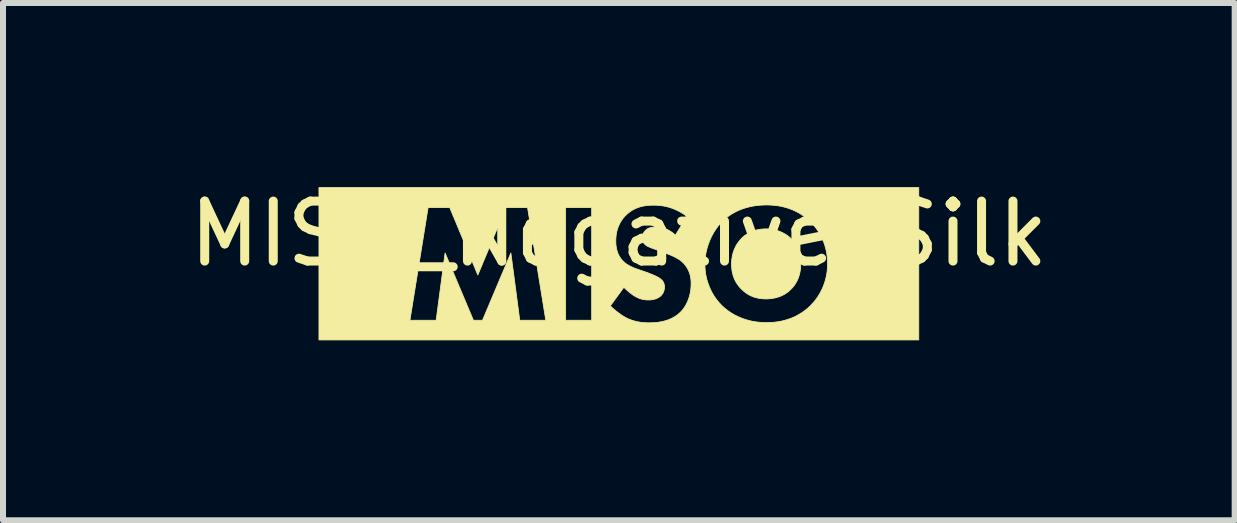
<source format=kicad_pcb>
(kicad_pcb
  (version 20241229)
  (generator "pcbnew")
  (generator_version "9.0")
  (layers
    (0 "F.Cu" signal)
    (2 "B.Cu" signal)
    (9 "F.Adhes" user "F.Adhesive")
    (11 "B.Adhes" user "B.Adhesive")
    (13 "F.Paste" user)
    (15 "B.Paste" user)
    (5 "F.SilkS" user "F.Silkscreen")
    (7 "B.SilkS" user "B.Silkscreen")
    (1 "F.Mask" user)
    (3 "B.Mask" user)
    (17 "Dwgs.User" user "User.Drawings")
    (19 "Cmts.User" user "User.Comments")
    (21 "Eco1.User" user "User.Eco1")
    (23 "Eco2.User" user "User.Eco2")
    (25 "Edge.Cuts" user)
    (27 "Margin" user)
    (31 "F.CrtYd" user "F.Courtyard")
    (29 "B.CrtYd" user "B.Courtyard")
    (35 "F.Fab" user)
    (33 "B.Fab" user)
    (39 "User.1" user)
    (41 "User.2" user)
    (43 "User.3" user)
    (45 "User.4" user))
  (footprint "MISO_Negative_Silk"
    (layer "F.Cu")
    (at 7.268 1.348)
    (property "Reference" "MISO_Negative_Silk" (at 0 -0.5 0) (unlocked yes) (layer "F.SilkS") (effects (font (size 1 1) (thickness 0.15))))
    (fp_poly (pts (xy 2.486 -0.581) (xy 2.518 -0.579) (xy 2.549 -0.575) (xy 2.579 -0.57) (xy 2.609 -0.563) (xy 2.638 -0.555) (xy 2.666 -0.546) (xy 2.693 -0.535) (xy 2.719 -0.524) (xy 2.744 -0.511) (xy 2.768 -0.498) (xy 2.791 -0.484) (xy 2.813 -0.469) (xy 2.833 -0.453) (xy 2.853 -0.437) (xy 2.87 -0.42) (xy 2.886 -0.403) (xy 2.902 -0.385) (xy 2.917 -0.366) (xy 2.932 -0.345) (xy 2.946 -0.323) (xy 2.959 -0.3) (xy 2.972 -0.275) (xy 2.983 -0.249) (xy 2.994 -0.222) (xy 3.004 -0.193) (xy 3.012 -0.164) (xy 3.019 -0.133) (xy 3.025 -0.1) (xy 3.029 -0.067) (xy 3.032 -0.032) (xy 3.033 0.004) (xy 3.032 0.023) (xy 3.032 0.043) (xy 3.031 0.062) (xy 3.029 0.08) (xy 3.027 0.099) (xy 3.024 0.116) (xy 3.021 0.133) (xy 3.018 0.15) (xy 3.014 0.166) (xy 3.01 0.182) (xy 3.006 0.197) (xy 3.001 0.212) (xy 2.991 0.241) (xy 2.979 0.268) (xy 2.967 0.293) (xy 2.954 0.316) (xy 2.941 0.338) (xy 2.927 0.358) (xy 2.913 0.377) (xy 2.899 0.394) (xy 2.885 0.409) (xy 2.87 0.423) (xy 2.853 0.44) (xy 2.835 0.457) (xy 2.816 0.472) (xy 2.795 0.487) (xy 2.773 0.502) (xy 2.75 0.515) (xy 2.726 0.527) (xy 2.701 0.539) (xy 2.674 0.549) (xy 2.646 0.558) (xy 2.617 0.566) (xy 2.587 0.573) (xy 2.556 0.578) (xy 2.523 0.582) (xy 2.489 0.585) (xy 2.454 0.586) (xy 2.427 0.585) (xy 2.4 0.584) (xy 2.374 0.581) (xy 2.347 0.578) (xy 2.321 0.573) (xy 2.295 0.567) (xy 2.269 0.56) (xy 2.244 0.552) (xy 2.219 0.542) (xy 2.194 0.531) (xy 2.169 0.518) (xy 2.145 0.504) (xy 2.121 0.488) (xy 2.098 0.47) (xy 2.075 0.451) (xy 2.052 0.43) (xy 2.031 0.409) (xy 2.011 0.387) (xy 1.993 0.364) (xy 1.976 0.341) (xy 1.96 0.317) (xy 1.946 0.292) (xy 1.933 0.267) (xy 1.922 0.241) (xy 1.912 0.215) (xy 1.903 0.187) (xy 1.896 0.159) (xy 1.89 0.13) (xy 1.885 0.101) (xy 1.882 0.07) (xy 1.88 0.039) (xy 1.879 0.007) (xy 1.879 -0.012) (xy 1.88 -0.031) (xy 1.881 -0.05) (xy 1.883 -0.068) (xy 1.885 -0.086) (xy 1.888 -0.103) (xy 1.89 -0.12) (xy 1.894 -0.137) (xy 1.901 -0.169) (xy 1.91 -0.199) (xy 1.92 -0.228) (xy 1.932 -0.255) (xy 1.944 -0.281) (xy 1.957 -0.306) (xy 1.971 -0.328) (xy 1.985 -0.35) (xy 2 -0.369) (xy 2.015 -0.388) (xy 2.03 -0.405) (xy 2.045 -0.42) (xy 2.041 -0.42) (xy 2.061 -0.438) (xy 2.081 -0.456) (xy 2.103 -0.473) (xy 2.125 -0.488) (xy 2.148 -0.503) (xy 2.171 -0.516) (xy 2.196 -0.528) (xy 2.221 -0.539) (xy 2.248 -0.549) (xy 2.275 -0.558) (xy 2.302 -0.565) (xy 2.331 -0.571) (xy 2.361 -0.576) (xy 2.391 -0.579) (xy 2.422 -0.581) (xy 2.454 -0.582)) (stroke (width 0.013) (type solid)) (fill yes) (layer "F.SilkS"))
    (fp_poly (pts (xy 5.001 1.27) (xy -5 1.27) (xy -5 0.942) (xy -3.483 0.942) (xy -3.046 0.942) (xy -2.897 -0.18) (xy -2.425 0.942) (xy -2.273 0.942) (xy -1.8 -0.18) (xy -1.652 0.942) (xy -1.218 0.942) (xy -0.887 0.942) (xy -0.453 0.942) (xy -0.453 0.702) (xy -0.142 0.702) (xy -0.114 0.729) (xy -0.083 0.757) (xy -0.049 0.785) (xy -0.014 0.812) (xy 0.023 0.839) (xy 0.041 0.852) (xy 0.06 0.864) (xy 0.078 0.875) (xy 0.097 0.887) (xy 0.115 0.897) (xy 0.133 0.907) (xy 0.155 0.917) (xy 0.178 0.926) (xy 0.2 0.935) (xy 0.223 0.943) (xy 0.246 0.95) (xy 0.269 0.956) (xy 0.292 0.962) (xy 0.315 0.967) (xy 0.338 0.971) (xy 0.361 0.975) (xy 0.385 0.978) (xy 0.409 0.98) (xy 0.433 0.982) (xy 0.457 0.983) (xy 0.482 0.984) (xy 0.507 0.984) (xy 0.558 0.983) (xy 0.588 0.982) (xy 0.619 0.979) (xy 0.652 0.976) (xy 0.686 0.97) (xy 0.721 0.964) (xy 0.757 0.955) (xy 0.794 0.944) (xy 0.831 0.932) (xy 0.867 0.916) (xy 0.904 0.898) (xy 0.939 0.877) (xy 0.957 0.865) (xy 0.974 0.853) (xy 0.991 0.839) (xy 1.008 0.825) (xy 1.024 0.81) (xy 1.04 0.794) (xy 1.058 0.774) (xy 1.075 0.752) (xy 1.092 0.729) (xy 1.107 0.705) (xy 1.122 0.679) (xy 1.135 0.653) (xy 1.148 0.625) (xy 1.159 0.595) (xy 1.17 0.565) (xy 1.179 0.534) (xy 1.187 0.501) (xy 1.193 0.468) (xy 1.199 0.434) (xy 1.202 0.4) (xy 1.205 0.364) (xy 1.205 0.328) (xy 1.205 0.307) (xy 1.204 0.286) (xy 1.202 0.264) (xy 1.199 0.242) (xy 1.195 0.22) (xy 1.191 0.197) (xy 1.185 0.175) (xy 1.178 0.152) (xy 1.169 0.13) (xy 1.159 0.107) (xy 1.148 0.085) (xy 1.135 0.063) (xy 1.121 0.041) (xy 1.105 0.02) (xy 1.094 0.007) (xy 1.435 0.007) (xy 1.436 0.058) (xy 1.44 0.109) (xy 1.446 0.159) (xy 1.455 0.208) (xy 1.466 0.257) (xy 1.48 0.304) (xy 1.496 0.351) (xy 1.514 0.396) (xy 1.534 0.44) (xy 1.556 0.483) (xy 1.58 0.524) (xy 1.606 0.564) (xy 1.634 0.602) (xy 1.663 0.638) (xy 1.695 0.673) (xy 1.727 0.706) (xy 1.755 0.731) (xy 1.785 0.756) (xy 1.817 0.781) (xy 1.852 0.805) (xy 1.889 0.829) (xy 1.929 0.852) (xy 1.971 0.873) (xy 2.015 0.893) (xy 2.062 0.912) (xy 2.111 0.929) (xy 2.163 0.944) (xy 2.218 0.957) (xy 2.275 0.967) (xy 2.334 0.974) (xy 2.396 0.979) (xy 2.461 0.981) (xy 2.519 0.979) (xy 2.575 0.976) (xy 2.63 0.97) (xy 2.682 0.962) (xy 2.733 0.951) (xy 2.783 0.938) (xy 2.83 0.923) (xy 2.876 0.907) (xy 2.921 0.888) (xy 2.963 0.867) (xy 3.004 0.844) (xy 3.044 0.82) (xy 3.082 0.794) (xy 3.119 0.766) (xy 3.154 0.737) (xy 3.188 0.706) (xy 3.224 0.668) (xy 3.258 0.629) (xy 3.29 0.589) (xy 3.319 0.547) (xy 3.345 0.505) (xy 3.369 0.462) (xy 3.391 0.417) (xy 3.41 0.373) (xy 3.427 0.327) (xy 3.441 0.281) (xy 3.453 0.235) (xy 3.463 0.188) (xy 3.471 0.141) (xy 3.476 0.094) (xy 3.48 0.047) (xy 3.481 0) (xy 3.479 -0.054) (xy 3.475 -0.106) (xy 3.469 -0.158) (xy 3.46 -0.209) (xy 3.448 -0.258) (xy 3.435 -0.306) (xy 3.419 -0.353) (xy 3.401 -0.398) (xy 3.38 -0.442) (xy 3.358 -0.485) (xy 3.334 -0.526) (xy 3.308 -0.566) (xy 3.28 -0.604) (xy 3.251 -0.641) (xy 3.22 -0.676) (xy 3.188 -0.709) (xy 3.188 -0.706) (xy 3.152 -0.739) (xy 3.115 -0.77) (xy 3.077 -0.799) (xy 3.037 -0.826) (xy 2.996 -0.851) (xy 2.953 -0.873) (xy 2.909 -0.894) (xy 2.864 -0.912) (xy 2.818 -0.928) (xy 2.771 -0.942) (xy 2.722 -0.954) (xy 2.672 -0.964) (xy 2.621 -0.971) (xy 2.569 -0.976) (xy 2.516 -0.98) (xy 2.461 -0.981) (xy 2.426 -0.98) (xy 2.392 -0.979) (xy 2.359 -0.977) (xy 2.326 -0.974) (xy 2.295 -0.971) (xy 2.264 -0.966) (xy 2.234 -0.961) (xy 2.205 -0.956) (xy 2.176 -0.949) (xy 2.149 -0.942) (xy 2.122 -0.935) (xy 2.096 -0.927) (xy 2.046 -0.91) (xy 1.999 -0.891) (xy 1.955 -0.87) (xy 1.914 -0.848) (xy 1.875 -0.826) (xy 1.84 -0.802) (xy 1.807 -0.778) (xy 1.777 -0.754) (xy 1.749 -0.73) (xy 1.724 -0.706) (xy 1.693 -0.673) (xy 1.663 -0.638) (xy 1.634 -0.6) (xy 1.607 -0.561) (xy 1.582 -0.521) (xy 1.558 -0.478) (xy 1.536 -0.434) (xy 1.516 -0.389) (xy 1.498 -0.342) (xy 1.482 -0.295) (xy 1.468 -0.246) (xy 1.456 -0.197) (xy 1.447 -0.146) (xy 1.44 -0.096) (xy 1.436 -0.044) (xy 1.435 0.007) (xy 1.094 0.007) (xy 1.087 -0.001) (xy 1.068 -0.021) (xy 1.054 -0.034) (xy 1.039 -0.046) (xy 1.023 -0.058) (xy 1.008 -0.069) (xy 0.992 -0.08) (xy 0.975 -0.09) (xy 0.958 -0.099) (xy 0.942 -0.108) (xy 0.925 -0.117) (xy 0.908 -0.125) (xy 0.874 -0.14) (xy 0.842 -0.153) (xy 0.81 -0.166) (xy 0.669 -0.219) (xy 0.585 -0.249) (xy 0.551 -0.261) (xy 0.535 -0.267) (xy 0.521 -0.273) (xy 0.507 -0.279) (xy 0.494 -0.285) (xy 0.482 -0.29) (xy 0.471 -0.297) (xy 0.461 -0.303) (xy 0.451 -0.31) (xy 0.442 -0.317) (xy 0.433 -0.325) (xy 0.428 -0.33) (xy 0.423 -0.335) (xy 0.418 -0.341) (xy 0.414 -0.347) (xy 0.41 -0.352) (xy 0.407 -0.358) (xy 0.404 -0.365) (xy 0.401 -0.371) (xy 0.399 -0.377) (xy 0.396 -0.384) (xy 0.395 -0.391) (xy 0.393 -0.398) (xy 0.392 -0.406) (xy 0.391 -0.414) (xy 0.391 -0.422) (xy 0.39 -0.43) (xy 0.391 -0.44) (xy 0.391 -0.449) (xy 0.393 -0.457) (xy 0.394 -0.466) (xy 0.396 -0.474) (xy 0.399 -0.483) (xy 0.401 -0.491) (xy 0.405 -0.498) (xy 0.408 -0.506) (xy 0.412 -0.513) (xy 0.416 -0.52) (xy 0.42 -0.527) (xy 0.425 -0.533) (xy 0.43 -0.539) (xy 0.435 -0.545) (xy 0.44 -0.55) (xy 0.445 -0.555) (xy 0.449 -0.56) (xy 0.454 -0.565) (xy 0.459 -0.569) (xy 0.47 -0.577) (xy 0.481 -0.584) (xy 0.492 -0.59) (xy 0.504 -0.595) (xy 0.516 -0.6) (xy 0.528 -0.603) (xy 0.54 -0.606) (xy 0.552 -0.609) (xy 0.564 -0.61) (xy 0.576 -0.612) (xy 0.588 -0.613) (xy 0.6 -0.613) (xy 0.623 -0.614) (xy 0.647 -0.613) (xy 0.661 -0.612) (xy 0.677 -0.611) (xy 0.694 -0.608) (xy 0.711 -0.605) (xy 0.73 -0.6) (xy 0.75 -0.594) (xy 0.771 -0.587) (xy 0.793 -0.578) (xy 0.816 -0.567) (xy 0.84 -0.554) (xy 0.864 -0.539) (xy 0.889 -0.522) (xy 0.915 -0.502) (xy 0.941 -0.48) (xy 0.941 -0.473) (xy 1.135 -0.79) (xy 1.094 -0.82) (xy 1.053 -0.846) (xy 1.013 -0.869) (xy 0.974 -0.889) (xy 0.935 -0.907) (xy 0.897 -0.922) (xy 0.859 -0.935) (xy 0.823 -0.946) (xy 0.788 -0.955) (xy 0.753 -0.962) (xy 0.72 -0.967) (xy 0.689 -0.971) (xy 0.659 -0.974) (xy 0.63 -0.976) (xy 0.577 -0.977) (xy 0.545 -0.977) (xy 0.512 -0.975) (xy 0.48 -0.973) (xy 0.449 -0.969) (xy 0.418 -0.964) (xy 0.388 -0.958) (xy 0.358 -0.95) (xy 0.329 -0.941) (xy 0.3 -0.93) (xy 0.271 -0.918) (xy 0.244 -0.904) (xy 0.216 -0.888) (xy 0.189 -0.87) (xy 0.163 -0.85) (xy 0.137 -0.828) (xy 0.112 -0.804) (xy 0.091 -0.782) (xy 0.072 -0.76) (xy 0.055 -0.736) (xy 0.039 -0.712) (xy 0.024 -0.688) (xy 0.011 -0.663) (xy -0.001 -0.637) (xy -0.012 -0.611) (xy -0.021 -0.584) (xy -0.029 -0.557) (xy -0.036 -0.529) (xy -0.041 -0.501) (xy -0.045 -0.472) (xy -0.048 -0.442) (xy -0.05 -0.412) (xy -0.051 -0.381) (xy -0.05 -0.345) (xy -0.049 -0.326) (xy -0.047 -0.306) (xy -0.044 -0.286) (xy -0.041 -0.265) (xy -0.037 -0.244) (xy -0.031 -0.222) (xy -0.025 -0.201) (xy -0.017 -0.179) (xy -0.008 -0.157) (xy 0.003 -0.136) (xy 0.015 -0.115) (xy 0.029 -0.094) (xy 0.045 -0.073) (xy 0.062 -0.053) (xy 0.076 -0.039) (xy 0.09 -0.026) (xy 0.105 -0.013) (xy 0.121 -0.001) (xy 0.136 0.009) (xy 0.153 0.02) (xy 0.169 0.029) (xy 0.186 0.038) (xy 0.203 0.047) (xy 0.221 0.055) (xy 0.255 0.07) (xy 0.29 0.083) (xy 0.323 0.095) (xy 0.479 0.148) (xy 0.528 0.168) (xy 0.558 0.18) (xy 0.589 0.193) (xy 0.62 0.207) (xy 0.635 0.215) (xy 0.65 0.223) (xy 0.663 0.23) (xy 0.676 0.238) (xy 0.687 0.246) (xy 0.697 0.254) (xy 0.704 0.26) (xy 0.711 0.266) (xy 0.718 0.273) (xy 0.724 0.279) (xy 0.729 0.286) (xy 0.735 0.294) (xy 0.739 0.301) (xy 0.744 0.309) (xy 0.748 0.317) (xy 0.751 0.326) (xy 0.754 0.335) (xy 0.756 0.345) (xy 0.758 0.355) (xy 0.76 0.365) (xy 0.761 0.376) (xy 0.761 0.388) (xy 0.761 0.395) (xy 0.76 0.401) (xy 0.76 0.407) (xy 0.759 0.414) (xy 0.759 0.42) (xy 0.758 0.426) (xy 0.757 0.431) (xy 0.755 0.437) (xy 0.754 0.443) (xy 0.752 0.448) (xy 0.749 0.459) (xy 0.745 0.469) (xy 0.741 0.478) (xy 0.736 0.488) (xy 0.731 0.496) (xy 0.725 0.505) (xy 0.719 0.513) (xy 0.713 0.52) (xy 0.707 0.527) (xy 0.7 0.534) (xy 0.694 0.54) (xy 0.682 0.549) (xy 0.669 0.558) (xy 0.657 0.565) (xy 0.644 0.572) (xy 0.631 0.578) (xy 0.618 0.583) (xy 0.605 0.588) (xy 0.592 0.591) (xy 0.58 0.595) (xy 0.567 0.597) (xy 0.554 0.599) (xy 0.542 0.601) (xy 0.53 0.602) (xy 0.518 0.603) (xy 0.507 0.603) (xy 0.496 0.603) (xy 0.48 0.603) (xy 0.464 0.602) (xy 0.448 0.601) (xy 0.433 0.599) (xy 0.417 0.597) (xy 0.402 0.594) (xy 0.387 0.591) (xy 0.373 0.587) (xy 0.358 0.583) (xy 0.344 0.578) (xy 0.33 0.572) (xy 0.316 0.566) (xy 0.302 0.559) (xy 0.288 0.552) (xy 0.274 0.545) (xy 0.26 0.536) (xy 0.25 0.53) (xy 0.239 0.523) (xy 0.228 0.515) (xy 0.217 0.507) (xy 0.194 0.49) (xy 0.17 0.471) (xy 0.147 0.451) (xy 0.124 0.431) (xy 0.103 0.411) (xy 0.084 0.392) (xy -0.142 0.702) (xy -0.453 0.702) (xy -0.453 -0.938) (xy -0.887 -0.938) (xy -0.887 0.942) (xy -1.218 0.942) (xy -1.522 -0.938) (xy -1.881 -0.938) (xy -2.351 0.187) (xy -2.82 -0.938) (xy -3.18 -0.938) (xy -3.483 0.942) (xy -5 0.942) (xy -5 -1.27) (xy 5.001 -1.27)) (stroke (width 0.013) (type solid)) (fill yes) (layer "F.SilkS")))
  (gr_rect
    (start -3 -3)
    (end 17.536 5.625)
    (stroke (width 0.1) (type default))
    (fill no)
    (layer "Edge.Cuts")))
</source>
